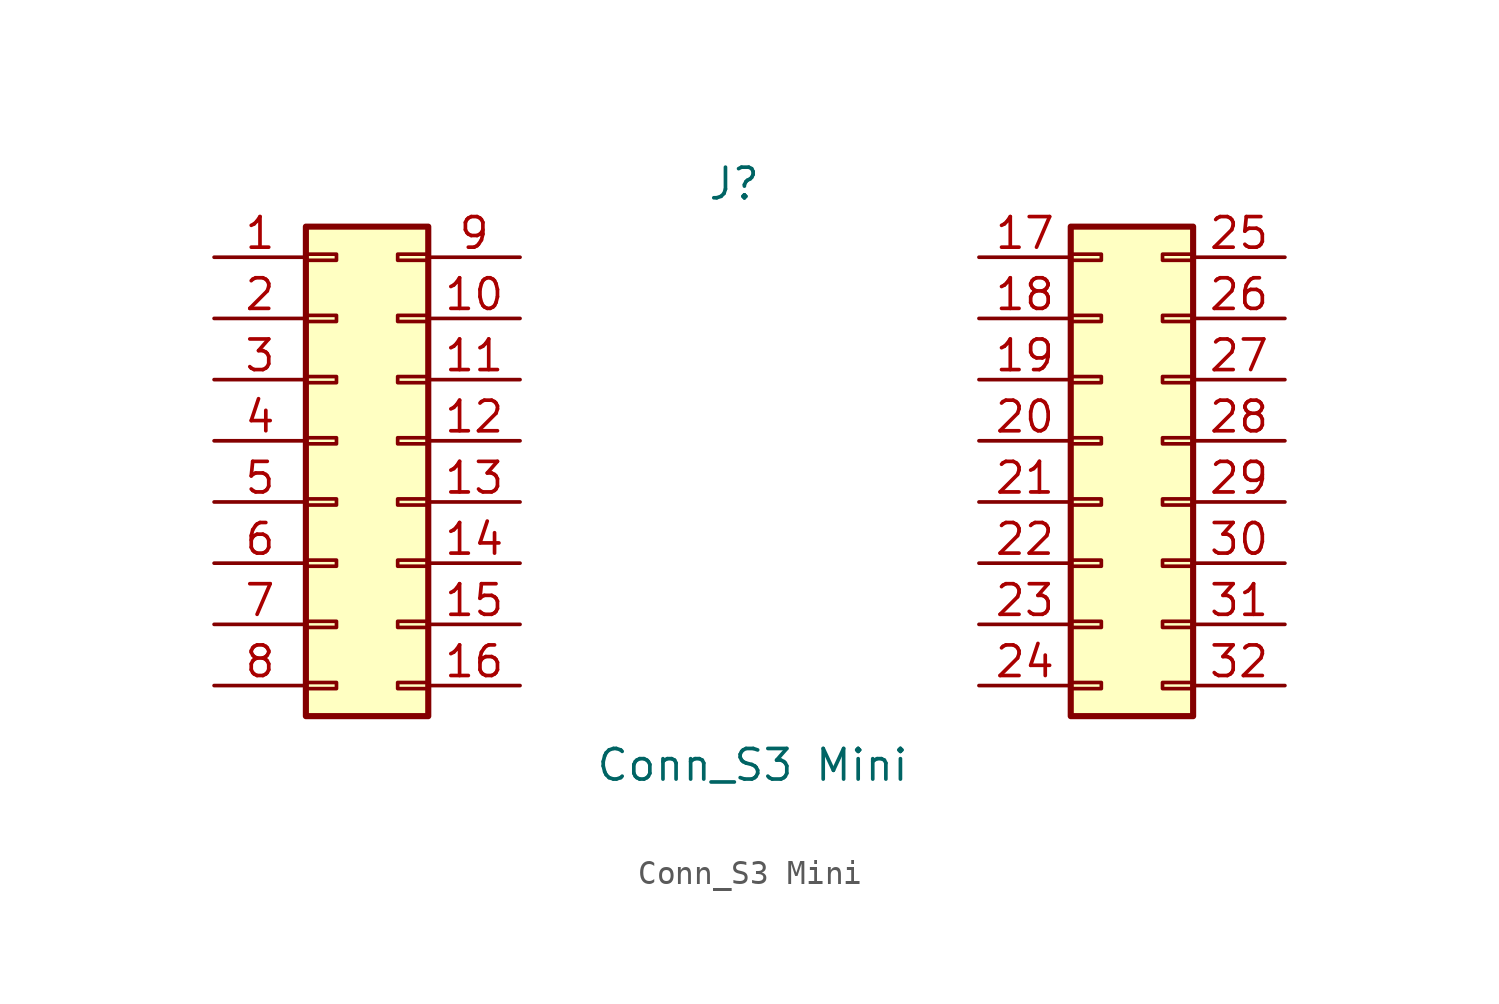
<source format=kicad_sym>
(kicad_symbol_lib
  (version 20231120)
  (generator "kicad_symbol_editor")
  (generator_version "8.0")
  (symbol "Conn_S3 Mini"
    (pin_names
      (offset 1.016) hide)
    (property "Reference" "J"
      (at 0 10.668 0)
      (effects (font (size 1.27 1.27))))
    (property "Value" "Conn_S3 Mini"
      (at 0.762 -13.462 0)
      (effects (font (size 1.27 1.27))))
    (symbol "Conn_S3 Mini_1_1"
      (rectangle (start -17.78 -10.033) (end -16.51 -10.287) (stroke (width 0.152) (type default)) (fill (type none)))
      (rectangle (start -17.78 -7.493) (end -16.51 -7.747) (stroke (width 0.152) (type default)) (fill (type none)))
      (rectangle (start -17.78 -4.953) (end -16.51 -5.207) (stroke (width 0.152) (type default)) (fill (type none)))
      (rectangle (start -17.78 -2.413) (end -16.51 -2.667) (stroke (width 0.152) (type default)) (fill (type none)))
      (rectangle (start -17.78 0.127) (end -16.51 -0.127) (stroke (width 0.152) (type default)) (fill (type none)))
      (rectangle (start -17.78 2.667) (end -16.51 2.413) (stroke (width 0.152) (type default)) (fill (type none)))
      (rectangle (start -17.78 5.207) (end -16.51 4.953) (stroke (width 0.152) (type default)) (fill (type none)))
      (rectangle (start -17.78 7.747) (end -16.51 7.493) (stroke (width 0.152) (type default)) (fill (type none)))
      (rectangle (start -17.78 8.89) (end -12.7 -11.43) (stroke (width 0.254) (type default)) (fill (type background)))
      (rectangle (start -13.97 7.747) (end -12.7 7.493) (stroke (width 0.152) (type default)) (fill (type none)))
      (rectangle (start -12.7 -10.033) (end -13.97 -10.287) (stroke (width 0.152) (type default)) (fill (type none)))
      (rectangle (start -12.7 -7.493) (end -13.97 -7.747) (stroke (width 0.152) (type default)) (fill (type none)))
      (rectangle (start -12.7 -4.953) (end -13.97 -5.207) (stroke (width 0.152) (type default)) (fill (type none)))
      (rectangle (start -12.7 -2.413) (end -13.97 -2.667) (stroke (width 0.152) (type default)) (fill (type none)))
      (rectangle (start -12.7 0.127) (end -13.97 -0.127) (stroke (width 0.152) (type default)) (fill (type none)))
      (rectangle (start -12.7 2.667) (end -13.97 2.413) (stroke (width 0.152) (type default)) (fill (type none)))
      (rectangle (start -12.7 5.207) (end -13.97 4.953) (stroke (width 0.152) (type default)) (fill (type none)))
      (rectangle (start 13.97 -10.033) (end 15.24 -10.287) (stroke (width 0.152) (type default)) (fill (type none)))
      (rectangle (start 13.97 -7.493) (end 15.24 -7.747) (stroke (width 0.152) (type default)) (fill (type none)))
      (rectangle (start 13.97 -4.953) (end 15.24 -5.207) (stroke (width 0.152) (type default)) (fill (type none)))
      (rectangle (start 13.97 -2.413) (end 15.24 -2.667) (stroke (width 0.152) (type default)) (fill (type none)))
      (rectangle (start 13.97 0.127) (end 15.24 -0.127) (stroke (width 0.152) (type default)) (fill (type none)))
      (rectangle (start 13.97 2.667) (end 15.24 2.413) (stroke (width 0.152) (type default)) (fill (type none)))
      (rectangle (start 13.97 5.207) (end 15.24 4.953) (stroke (width 0.152) (type default)) (fill (type none)))
      (rectangle (start 13.97 7.747) (end 15.24 7.493) (stroke (width 0.152) (type default)) (fill (type none)))
      (rectangle (start 13.97 8.89) (end 19.05 -11.43) (stroke (width 0.254) (type default)) (fill (type background)))
      (rectangle (start 19.05 -10.033) (end 17.78 -10.287) (stroke (width 0.152) (type default)) (fill (type none)))
      (rectangle (start 19.05 -7.493) (end 17.78 -7.747) (stroke (width 0.152) (type default)) (fill (type none)))
      (rectangle (start 19.05 -4.953) (end 17.78 -5.207) (stroke (width 0.152) (type default)) (fill (type none)))
      (rectangle (start 19.05 -2.413) (end 17.78 -2.667) (stroke (width 0.152) (type default)) (fill (type none)))
      (rectangle (start 19.05 0.127) (end 17.78 -0.127) (stroke (width 0.152) (type default)) (fill (type none)))
      (rectangle (start 19.05 2.667) (end 17.78 2.413) (stroke (width 0.152) (type default)) (fill (type none)))
      (rectangle (start 19.05 5.207) (end 17.78 4.953) (stroke (width 0.152) (type default)) (fill (type none)))
      (rectangle (start 19.05 7.747) (end 17.78 7.493) (stroke (width 0.152) (type default)) (fill (type none)))
      (pin passive line (at -21.59 7.62 0) (length 3.81) (name "EN" (effects (font (size 1.27 1.27)))) (number "1" (effects (font (size 1.27 1.27)))))
      (pin passive line (at -8.89 5.08 180) (length 3.81) (name "IO3" (effects (font (size 1.27 1.27)))) (number "10" (effects (font (size 1.27 1.27)))))
      (pin passive line (at -8.89 2.54 180) (length 3.81) (name "IO5" (effects (font (size 1.27 1.27)))) (number "11" (effects (font (size 1.27 1.27)))))
      (pin passive line (at -8.89 0 180) (length 3.81) (name "IO6" (effects (font (size 1.27 1.27)))) (number "12" (effects (font (size 1.27 1.27)))))
      (pin passive line (at -8.89 -2.54 180) (length 3.81) (name "IO7" (effects (font (size 1.27 1.27)))) (number "13" (effects (font (size 1.27 1.27)))))
      (pin passive line (at -8.89 -5.08 180) (length 3.81) (name "IO8" (effects (font (size 1.27 1.27)))) (number "14" (effects (font (size 1.27 1.27)))))
      (pin passive line (at -8.89 -7.62 180) (length 3.81) (name "IO9" (effects (font (size 1.27 1.27)))) (number "15" (effects (font (size 1.27 1.27)))))
      (pin passive line (at -8.89 -10.16 180) (length 3.81) (name "IO14" (effects (font (size 1.27 1.27)))) (number "16" (effects (font (size 1.27 1.27)))))
      (pin passive line (at 10.16 7.62 0) (length 3.81) (name "IO33" (effects (font (size 1.27 1.27)))) (number "17" (effects (font (size 1.27 1.27)))))
      (pin passive line (at 10.16 5.08 0) (length 3.81) (name "IO37" (effects (font (size 1.27 1.27)))) (number "18" (effects (font (size 1.27 1.27)))))
      (pin passive line (at 10.16 2.54 0) (length 3.81) (name "IO38" (effects (font (size 1.27 1.27)))) (number "19" (effects (font (size 1.27 1.27)))))
      (pin passive line (at -21.59 5.08 0) (length 3.81) (name "IO2" (effects (font (size 1.27 1.27)))) (number "2" (effects (font (size 1.27 1.27)))))
      (pin passive line (at 10.16 0 0) (length 3.81) (name "IO34" (effects (font (size 1.27 1.27)))) (number "20" (effects (font (size 1.27 1.27)))))
      (pin passive line (at 10.16 -2.54 0) (length 3.81) (name "IO21" (effects (font (size 1.27 1.27)))) (number "21" (effects (font (size 1.27 1.27)))))
      (pin passive line (at 10.16 -5.08 0) (length 3.81) (name "IO17" (effects (font (size 1.27 1.27)))) (number "22" (effects (font (size 1.27 1.27)))))
      (pin passive line (at 10.16 -7.62 0) (length 3.81) (name "GND" (effects (font (size 1.27 1.27)))) (number "23" (effects (font (size 1.27 1.27)))))
      (pin passive line (at 10.16 -10.16 0) (length 3.81) (name "IO15" (effects (font (size 1.27 1.27)))) (number "24" (effects (font (size 1.27 1.27)))))
      (pin passive line (at 22.86 7.62 180) (length 3.81) (name "IO43" (effects (font (size 1.27 1.27)))) (number "25" (effects (font (size 1.27 1.27)))))
      (pin passive line (at 22.86 5.08 180) (length 3.81) (name "IO44" (effects (font (size 1.27 1.27)))) (number "26" (effects (font (size 1.27 1.27)))))
      (pin passive line (at 22.86 2.54 180) (length 3.81) (name "IO36" (effects (font (size 1.27 1.27)))) (number "27" (effects (font (size 1.27 1.27)))))
      (pin passive line (at 22.86 0 180) (length 3.81) (name "IO35" (effects (font (size 1.27 1.27)))) (number "28" (effects (font (size 1.27 1.27)))))
      (pin passive line (at 22.86 -2.54 180) (length 3.81) (name "IO18" (effects (font (size 1.27 1.27)))) (number "29" (effects (font (size 1.27 1.27)))))
      (pin passive line (at -21.59 2.54 0) (length 3.81) (name "IO4" (effects (font (size 1.27 1.27)))) (number "3" (effects (font (size 1.27 1.27)))))
      (pin passive line (at 22.86 -5.08 180) (length 3.81) (name "IO16" (effects (font (size 1.27 1.27)))) (number "30" (effects (font (size 1.27 1.27)))))
      (pin passive line (at 22.86 -7.62 180) (length 3.81) (name "GND" (effects (font (size 1.27 1.27)))) (number "31" (effects (font (size 1.27 1.27)))))
      (pin passive line (at 22.86 -10.16 180) (length 3.81) (name "VBUS" (effects (font (size 1.27 1.27)))) (number "32" (effects (font (size 1.27 1.27)))))
      (pin passive line (at -21.59 0 0) (length 3.81) (name "IO12" (effects (font (size 1.27 1.27)))) (number "4" (effects (font (size 1.27 1.27)))))
      (pin passive line (at -21.59 -2.54 0) (length 3.81) (name "IO13" (effects (font (size 1.27 1.27)))) (number "5" (effects (font (size 1.27 1.27)))))
      (pin passive line (at -21.59 -5.08 0) (length 3.81) (name "IO11" (effects (font (size 1.27 1.27)))) (number "6" (effects (font (size 1.27 1.27)))))
      (pin passive line (at -21.59 -7.62 0) (length 3.81) (name "IO10" (effects (font (size 1.27 1.27)))) (number "7" (effects (font (size 1.27 1.27)))))
      (pin passive line (at -21.59 -10.16 0) (length 3.81) (name "+3V3" (effects (font (size 1.27 1.27)))) (number "8" (effects (font (size 1.27 1.27)))))
      (pin passive line (at -8.89 7.62 180) (length 3.81) (name "IO1" (effects (font (size 1.27 1.27)))) (number "9" (effects (font (size 1.27 1.27))))))))
</source>
